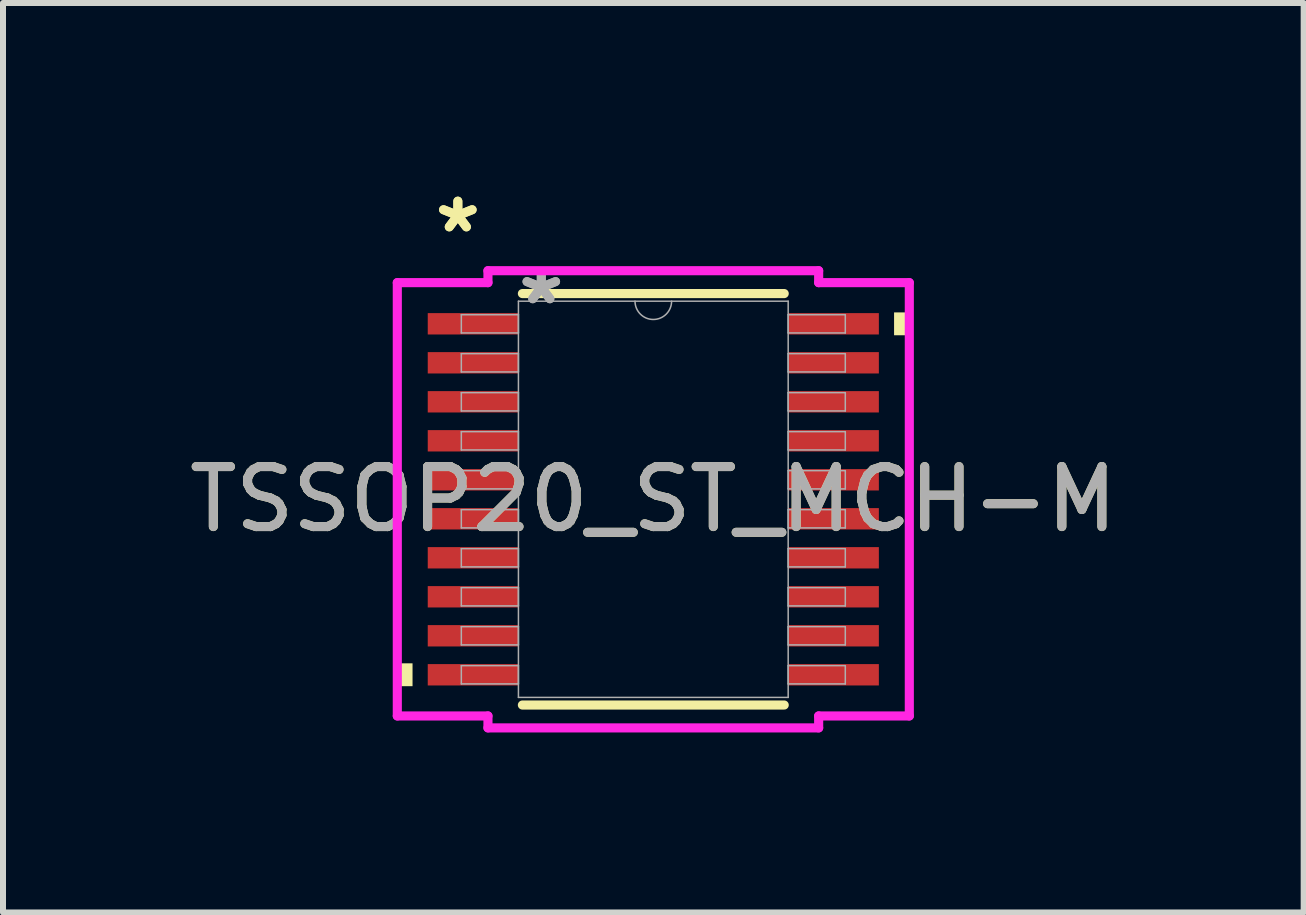
<source format=kicad_pcb>
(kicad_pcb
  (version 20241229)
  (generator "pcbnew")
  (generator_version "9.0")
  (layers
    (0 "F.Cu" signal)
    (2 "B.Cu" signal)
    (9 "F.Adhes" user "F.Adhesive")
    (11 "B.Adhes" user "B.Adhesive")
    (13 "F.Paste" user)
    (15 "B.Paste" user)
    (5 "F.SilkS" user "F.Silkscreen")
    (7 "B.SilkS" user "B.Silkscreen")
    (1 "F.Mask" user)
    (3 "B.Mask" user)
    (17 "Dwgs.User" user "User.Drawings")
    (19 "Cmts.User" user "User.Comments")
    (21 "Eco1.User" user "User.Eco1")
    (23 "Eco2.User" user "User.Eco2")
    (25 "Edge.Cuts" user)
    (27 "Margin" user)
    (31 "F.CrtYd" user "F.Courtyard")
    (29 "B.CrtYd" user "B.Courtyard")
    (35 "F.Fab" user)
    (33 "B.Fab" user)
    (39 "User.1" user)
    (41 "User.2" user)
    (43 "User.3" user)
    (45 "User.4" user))
  (footprint "TSSOP20_ST_MCH-M"
    (layer "F.Cu")
    (at 7.839 5.272)
    (property "Reference" "TSSOP20_ST_MCH-M" (at 0 0 0) (unlocked yes) (layer "F.SilkS") (effects (font (size 1 1) (thickness 0.15))))
    (attr smd)
    (fp_line (start -2.182 3.429) (end 2.182 3.429) (stroke (width 0.152) (type solid)) (layer "F.SilkS"))
    (fp_line (start 2.182 -3.429) (end -2.182 -3.429) (stroke (width 0.152) (type solid)) (layer "F.SilkS"))
    (fp_poly (pts (xy -4.267 2.734) (xy -4.267 3.115) (xy -4.013 3.115) (xy -4.013 2.734)) (stroke (width 0) (type solid)) (fill yes) (layer "F.SilkS"))
    (fp_poly (pts (xy 4.267 -3.115) (xy 4.267 -2.734) (xy 4.013 -2.734) (xy 4.013 -3.115)) (stroke (width 0) (type solid)) (fill yes) (layer "F.SilkS"))
    (fp_line (start -4.267 -3.611) (end -2.756 -3.611) (stroke (width 0.152) (type solid)) (layer "F.CrtYd"))
    (fp_line (start -4.267 3.611) (end -4.267 -3.611) (stroke (width 0.152) (type solid)) (layer "F.CrtYd"))
    (fp_line (start -4.267 3.611) (end -2.756 3.611) (stroke (width 0.152) (type solid)) (layer "F.CrtYd"))
    (fp_line (start -2.756 -3.81) (end 2.756 -3.81) (stroke (width 0.152) (type solid)) (layer "F.CrtYd"))
    (fp_line (start -2.756 -3.611) (end -2.756 -3.81) (stroke (width 0.152) (type solid)) (layer "F.CrtYd"))
    (fp_line (start -2.756 3.81) (end -2.756 3.611) (stroke (width 0.152) (type solid)) (layer "F.CrtYd"))
    (fp_line (start 2.756 -3.81) (end 2.756 -3.611) (stroke (width 0.152) (type solid)) (layer "F.CrtYd"))
    (fp_line (start 2.756 3.611) (end 2.756 3.81) (stroke (width 0.152) (type solid)) (layer "F.CrtYd"))
    (fp_line (start 2.756 3.81) (end -2.756 3.81) (stroke (width 0.152) (type solid)) (layer "F.CrtYd"))
    (fp_line (start 4.267 -3.611) (end 2.756 -3.611) (stroke (width 0.152) (type solid)) (layer "F.CrtYd"))
    (fp_line (start 4.267 -3.611) (end 4.267 3.611) (stroke (width 0.152) (type solid)) (layer "F.CrtYd"))
    (fp_line (start 4.267 3.611) (end 2.756 3.611) (stroke (width 0.152) (type solid)) (layer "F.CrtYd"))
    (fp_line (start -3.2 -3.077) (end -3.2 -2.773) (stroke (width 0.025) (type solid)) (layer "F.Fab"))
    (fp_line (start -3.2 -2.773) (end -2.248 -2.773) (stroke (width 0.025) (type solid)) (layer "F.Fab"))
    (fp_line (start -3.2 -2.427) (end -3.2 -2.123) (stroke (width 0.025) (type solid)) (layer "F.Fab"))
    (fp_line (start -3.2 -2.123) (end -2.248 -2.123) (stroke (width 0.025) (type solid)) (layer "F.Fab"))
    (fp_line (start -3.2 -1.777) (end -3.2 -1.473) (stroke (width 0.025) (type solid)) (layer "F.Fab"))
    (fp_line (start -3.2 -1.473) (end -2.248 -1.473) (stroke (width 0.025) (type solid)) (layer "F.Fab"))
    (fp_line (start -3.2 -1.127) (end -3.2 -0.823) (stroke (width 0.025) (type solid)) (layer "F.Fab"))
    (fp_line (start -3.2 -0.823) (end -2.248 -0.823) (stroke (width 0.025) (type solid)) (layer "F.Fab"))
    (fp_line (start -3.2 -0.477) (end -3.2 -0.173) (stroke (width 0.025) (type solid)) (layer "F.Fab"))
    (fp_line (start -3.2 -0.173) (end -2.248 -0.173) (stroke (width 0.025) (type solid)) (layer "F.Fab"))
    (fp_line (start -3.2 0.173) (end -3.2 0.477) (stroke (width 0.025) (type solid)) (layer "F.Fab"))
    (fp_line (start -3.2 0.477) (end -2.248 0.477) (stroke (width 0.025) (type solid)) (layer "F.Fab"))
    (fp_line (start -3.2 0.823) (end -3.2 1.127) (stroke (width 0.025) (type solid)) (layer "F.Fab"))
    (fp_line (start -3.2 1.127) (end -2.248 1.127) (stroke (width 0.025) (type solid)) (layer "F.Fab"))
    (fp_line (start -3.2 1.473) (end -3.2 1.777) (stroke (width 0.025) (type solid)) (layer "F.Fab"))
    (fp_line (start -3.2 1.777) (end -2.248 1.777) (stroke (width 0.025) (type solid)) (layer "F.Fab"))
    (fp_line (start -3.2 2.123) (end -3.2 2.427) (stroke (width 0.025) (type solid)) (layer "F.Fab"))
    (fp_line (start -3.2 2.427) (end -2.248 2.427) (stroke (width 0.025) (type solid)) (layer "F.Fab"))
    (fp_line (start -3.2 2.773) (end -3.2 3.077) (stroke (width 0.025) (type solid)) (layer "F.Fab"))
    (fp_line (start -3.2 3.077) (end -2.248 3.077) (stroke (width 0.025) (type solid)) (layer "F.Fab"))
    (fp_line (start -2.248 -3.302) (end -2.248 3.302) (stroke (width 0.025) (type solid)) (layer "F.Fab"))
    (fp_line (start -2.248 -3.077) (end -3.2 -3.077) (stroke (width 0.025) (type solid)) (layer "F.Fab"))
    (fp_line (start -2.248 -2.773) (end -2.248 -3.077) (stroke (width 0.025) (type solid)) (layer "F.Fab"))
    (fp_line (start -2.248 -2.427) (end -3.2 -2.427) (stroke (width 0.025) (type solid)) (layer "F.Fab"))
    (fp_line (start -2.248 -2.123) (end -2.248 -2.427) (stroke (width 0.025) (type solid)) (layer "F.Fab"))
    (fp_line (start -2.248 -1.777) (end -3.2 -1.777) (stroke (width 0.025) (type solid)) (layer "F.Fab"))
    (fp_line (start -2.248 -1.473) (end -2.248 -1.777) (stroke (width 0.025) (type solid)) (layer "F.Fab"))
    (fp_line (start -2.248 -1.127) (end -3.2 -1.127) (stroke (width 0.025) (type solid)) (layer "F.Fab"))
    (fp_line (start -2.248 -0.823) (end -2.248 -1.127) (stroke (width 0.025) (type solid)) (layer "F.Fab"))
    (fp_line (start -2.248 -0.477) (end -3.2 -0.477) (stroke (width 0.025) (type solid)) (layer "F.Fab"))
    (fp_line (start -2.248 -0.173) (end -2.248 -0.477) (stroke (width 0.025) (type solid)) (layer "F.Fab"))
    (fp_line (start -2.248 0.173) (end -3.2 0.173) (stroke (width 0.025) (type solid)) (layer "F.Fab"))
    (fp_line (start -2.248 0.477) (end -2.248 0.173) (stroke (width 0.025) (type solid)) (layer "F.Fab"))
    (fp_line (start -2.248 0.823) (end -3.2 0.823) (stroke (width 0.025) (type solid)) (layer "F.Fab"))
    (fp_line (start -2.248 1.127) (end -2.248 0.823) (stroke (width 0.025) (type solid)) (layer "F.Fab"))
    (fp_line (start -2.248 1.473) (end -3.2 1.473) (stroke (width 0.025) (type solid)) (layer "F.Fab"))
    (fp_line (start -2.248 1.777) (end -2.248 1.473) (stroke (width 0.025) (type solid)) (layer "F.Fab"))
    (fp_line (start -2.248 2.123) (end -3.2 2.123) (stroke (width 0.025) (type solid)) (layer "F.Fab"))
    (fp_line (start -2.248 2.427) (end -2.248 2.123) (stroke (width 0.025) (type solid)) (layer "F.Fab"))
    (fp_line (start -2.248 2.773) (end -3.2 2.773) (stroke (width 0.025) (type solid)) (layer "F.Fab"))
    (fp_line (start -2.248 3.077) (end -2.248 2.773) (stroke (width 0.025) (type solid)) (layer "F.Fab"))
    (fp_line (start -2.248 3.302) (end 2.248 3.302) (stroke (width 0.025) (type solid)) (layer "F.Fab"))
    (fp_line (start 2.248 -3.302) (end -2.248 -3.302) (stroke (width 0.025) (type solid)) (layer "F.Fab"))
    (fp_line (start 2.248 -3.077) (end 2.248 -2.773) (stroke (width 0.025) (type solid)) (layer "F.Fab"))
    (fp_line (start 2.248 -2.773) (end 3.2 -2.773) (stroke (width 0.025) (type solid)) (layer "F.Fab"))
    (fp_line (start 2.248 -2.427) (end 2.248 -2.123) (stroke (width 0.025) (type solid)) (layer "F.Fab"))
    (fp_line (start 2.248 -2.123) (end 3.2 -2.123) (stroke (width 0.025) (type solid)) (layer "F.Fab"))
    (fp_line (start 2.248 -1.777) (end 2.248 -1.473) (stroke (width 0.025) (type solid)) (layer "F.Fab"))
    (fp_line (start 2.248 -1.473) (end 3.2 -1.473) (stroke (width 0.025) (type solid)) (layer "F.Fab"))
    (fp_line (start 2.248 -1.127) (end 2.248 -0.823) (stroke (width 0.025) (type solid)) (layer "F.Fab"))
    (fp_line (start 2.248 -0.823) (end 3.2 -0.823) (stroke (width 0.025) (type solid)) (layer "F.Fab"))
    (fp_line (start 2.248 -0.477) (end 2.248 -0.173) (stroke (width 0.025) (type solid)) (layer "F.Fab"))
    (fp_line (start 2.248 -0.173) (end 3.2 -0.173) (stroke (width 0.025) (type solid)) (layer "F.Fab"))
    (fp_line (start 2.248 0.173) (end 2.248 0.477) (stroke (width 0.025) (type solid)) (layer "F.Fab"))
    (fp_line (start 2.248 0.477) (end 3.2 0.477) (stroke (width 0.025) (type solid)) (layer "F.Fab"))
    (fp_line (start 2.248 0.823) (end 2.248 1.127) (stroke (width 0.025) (type solid)) (layer "F.Fab"))
    (fp_line (start 2.248 1.127) (end 3.2 1.127) (stroke (width 0.025) (type solid)) (layer "F.Fab"))
    (fp_line (start 2.248 1.473) (end 2.248 1.777) (stroke (width 0.025) (type solid)) (layer "F.Fab"))
    (fp_line (start 2.248 1.777) (end 3.2 1.777) (stroke (width 0.025) (type solid)) (layer "F.Fab"))
    (fp_line (start 2.248 2.123) (end 2.248 2.427) (stroke (width 0.025) (type solid)) (layer "F.Fab"))
    (fp_line (start 2.248 2.427) (end 3.2 2.427) (stroke (width 0.025) (type solid)) (layer "F.Fab"))
    (fp_line (start 2.248 2.773) (end 2.248 3.077) (stroke (width 0.025) (type solid)) (layer "F.Fab"))
    (fp_line (start 2.248 3.077) (end 3.2 3.077) (stroke (width 0.025) (type solid)) (layer "F.Fab"))
    (fp_line (start 2.248 3.302) (end 2.248 -3.302) (stroke (width 0.025) (type solid)) (layer "F.Fab"))
    (fp_line (start 3.2 -3.077) (end 2.248 -3.077) (stroke (width 0.025) (type solid)) (layer "F.Fab"))
    (fp_line (start 3.2 -2.773) (end 3.2 -3.077) (stroke (width 0.025) (type solid)) (layer "F.Fab"))
    (fp_line (start 3.2 -2.427) (end 2.248 -2.427) (stroke (width 0.025) (type solid)) (layer "F.Fab"))
    (fp_line (start 3.2 -2.123) (end 3.2 -2.427) (stroke (width 0.025) (type solid)) (layer "F.Fab"))
    (fp_line (start 3.2 -1.777) (end 2.248 -1.777) (stroke (width 0.025) (type solid)) (layer "F.Fab"))
    (fp_line (start 3.2 -1.473) (end 3.2 -1.777) (stroke (width 0.025) (type solid)) (layer "F.Fab"))
    (fp_line (start 3.2 -1.127) (end 2.248 -1.127) (stroke (width 0.025) (type solid)) (layer "F.Fab"))
    (fp_line (start 3.2 -0.823) (end 3.2 -1.127) (stroke (width 0.025) (type solid)) (layer "F.Fab"))
    (fp_line (start 3.2 -0.477) (end 2.248 -0.477) (stroke (width 0.025) (type solid)) (layer "F.Fab"))
    (fp_line (start 3.2 -0.173) (end 3.2 -0.477) (stroke (width 0.025) (type solid)) (layer "F.Fab"))
    (fp_line (start 3.2 0.173) (end 2.248 0.173) (stroke (width 0.025) (type solid)) (layer "F.Fab"))
    (fp_line (start 3.2 0.477) (end 3.2 0.173) (stroke (width 0.025) (type solid)) (layer "F.Fab"))
    (fp_line (start 3.2 0.823) (end 2.248 0.823) (stroke (width 0.025) (type solid)) (layer "F.Fab"))
    (fp_line (start 3.2 1.127) (end 3.2 0.823) (stroke (width 0.025) (type solid)) (layer "F.Fab"))
    (fp_line (start 3.2 1.473) (end 2.248 1.473) (stroke (width 0.025) (type solid)) (layer "F.Fab"))
    (fp_line (start 3.2 1.777) (end 3.2 1.473) (stroke (width 0.025) (type solid)) (layer "F.Fab"))
    (fp_line (start 3.2 2.123) (end 2.248 2.123) (stroke (width 0.025) (type solid)) (layer "F.Fab"))
    (fp_line (start 3.2 2.427) (end 3.2 2.123) (stroke (width 0.025) (type solid)) (layer "F.Fab"))
    (fp_line (start 3.2 2.773) (end 2.248 2.773) (stroke (width 0.025) (type solid)) (layer "F.Fab"))
    (fp_line (start 3.2 3.077) (end 3.2 2.773) (stroke (width 0.025) (type solid)) (layer "F.Fab"))
    (fp_arc (start 0.3048 -3.302) (mid 0 -2.9972) (end -0.3048 -3.302) (stroke (width 0.0254) (type solid)) (layer "F.Fab"))
    (fp_text user "*" (at -3.258 -4.424 0) (unlocked yes) (layer "F.SilkS") (effects (font (size 1 1) (thickness 0.15))))
    (fp_text user "*" (at -3.258 -4.424 0) (layer "F.SilkS") (effects (font (size 1 1) (thickness 0.15))))
    (fp_text user "*" (at -1.867 -3.226 0) (unlocked yes) (layer "F.Fab") (effects (font (size 1 1) (thickness 0.15))))
    (fp_text user "${REFERENCE}" (at 0 0 0) (unlocked yes) (layer "F.Fab") (effects (font (size 1 1) (thickness 0.15))))
    (fp_text user "*" (at -1.867 -3.226 0) (layer "F.Fab") (effects (font (size 1 1) (thickness 0.15))))
    (pad "1" smd rect (at -3.004 -2.925) (size 1.511 0.356) (layers "F.Cu" "F.Mask" "F.Paste"))
    (pad "2" smd rect (at -3.004 -2.275) (size 1.511 0.356) (layers "F.Cu" "F.Mask" "F.Paste"))
    (pad "3" smd rect (at -3.004 -1.625) (size 1.511 0.356) (layers "F.Cu" "F.Mask" "F.Paste"))
    (pad "4" smd rect (at -3.004 -0.975) (size 1.511 0.356) (layers "F.Cu" "F.Mask" "F.Paste"))
    (pad "5" smd rect (at -3.004 -0.325) (size 1.511 0.356) (layers "F.Cu" "F.Mask" "F.Paste"))
    (pad "6" smd rect (at -3.004 0.325) (size 1.511 0.356) (layers "F.Cu" "F.Mask" "F.Paste"))
    (pad "7" smd rect (at -3.004 0.975) (size 1.511 0.356) (layers "F.Cu" "F.Mask" "F.Paste"))
    (pad "8" smd rect (at -3.004 1.625) (size 1.511 0.356) (layers "F.Cu" "F.Mask" "F.Paste"))
    (pad "9" smd rect (at -3.004 2.275) (size 1.511 0.356) (layers "F.Cu" "F.Mask" "F.Paste"))
    (pad "10" smd rect (at -3.004 2.925) (size 1.511 0.356) (layers "F.Cu" "F.Mask" "F.Paste"))
    (pad "11" smd rect (at 3.004 2.925) (size 1.511 0.356) (layers "F.Cu" "F.Mask" "F.Paste"))
    (pad "12" smd rect (at 3.004 2.275) (size 1.511 0.356) (layers "F.Cu" "F.Mask" "F.Paste"))
    (pad "13" smd rect (at 3.004 1.625) (size 1.511 0.356) (layers "F.Cu" "F.Mask" "F.Paste"))
    (pad "14" smd rect (at 3.004 0.975) (size 1.511 0.356) (layers "F.Cu" "F.Mask" "F.Paste"))
    (pad "15" smd rect (at 3.004 0.325) (size 1.511 0.356) (layers "F.Cu" "F.Mask" "F.Paste"))
    (pad "16" smd rect (at 3.004 -0.325) (size 1.511 0.356) (layers "F.Cu" "F.Mask" "F.Paste"))
    (pad "17" smd rect (at 3.004 -0.975) (size 1.511 0.356) (layers "F.Cu" "F.Mask" "F.Paste"))
    (pad "18" smd rect (at 3.004 -1.625) (size 1.511 0.356) (layers "F.Cu" "F.Mask" "F.Paste"))
    (pad "19" smd rect (at 3.004 -2.275) (size 1.511 0.356) (layers "F.Cu" "F.Mask" "F.Paste"))
    (pad "20" smd rect (at 3.004 -2.925) (size 1.511 0.356) (layers "F.Cu" "F.Mask" "F.Paste")))
  (gr_rect
    (start -3 -3)
    (end 18.679 12.158)
    (stroke (width 0.1) (type default))
    (fill no)
    (layer "Edge.Cuts")))
</source>
